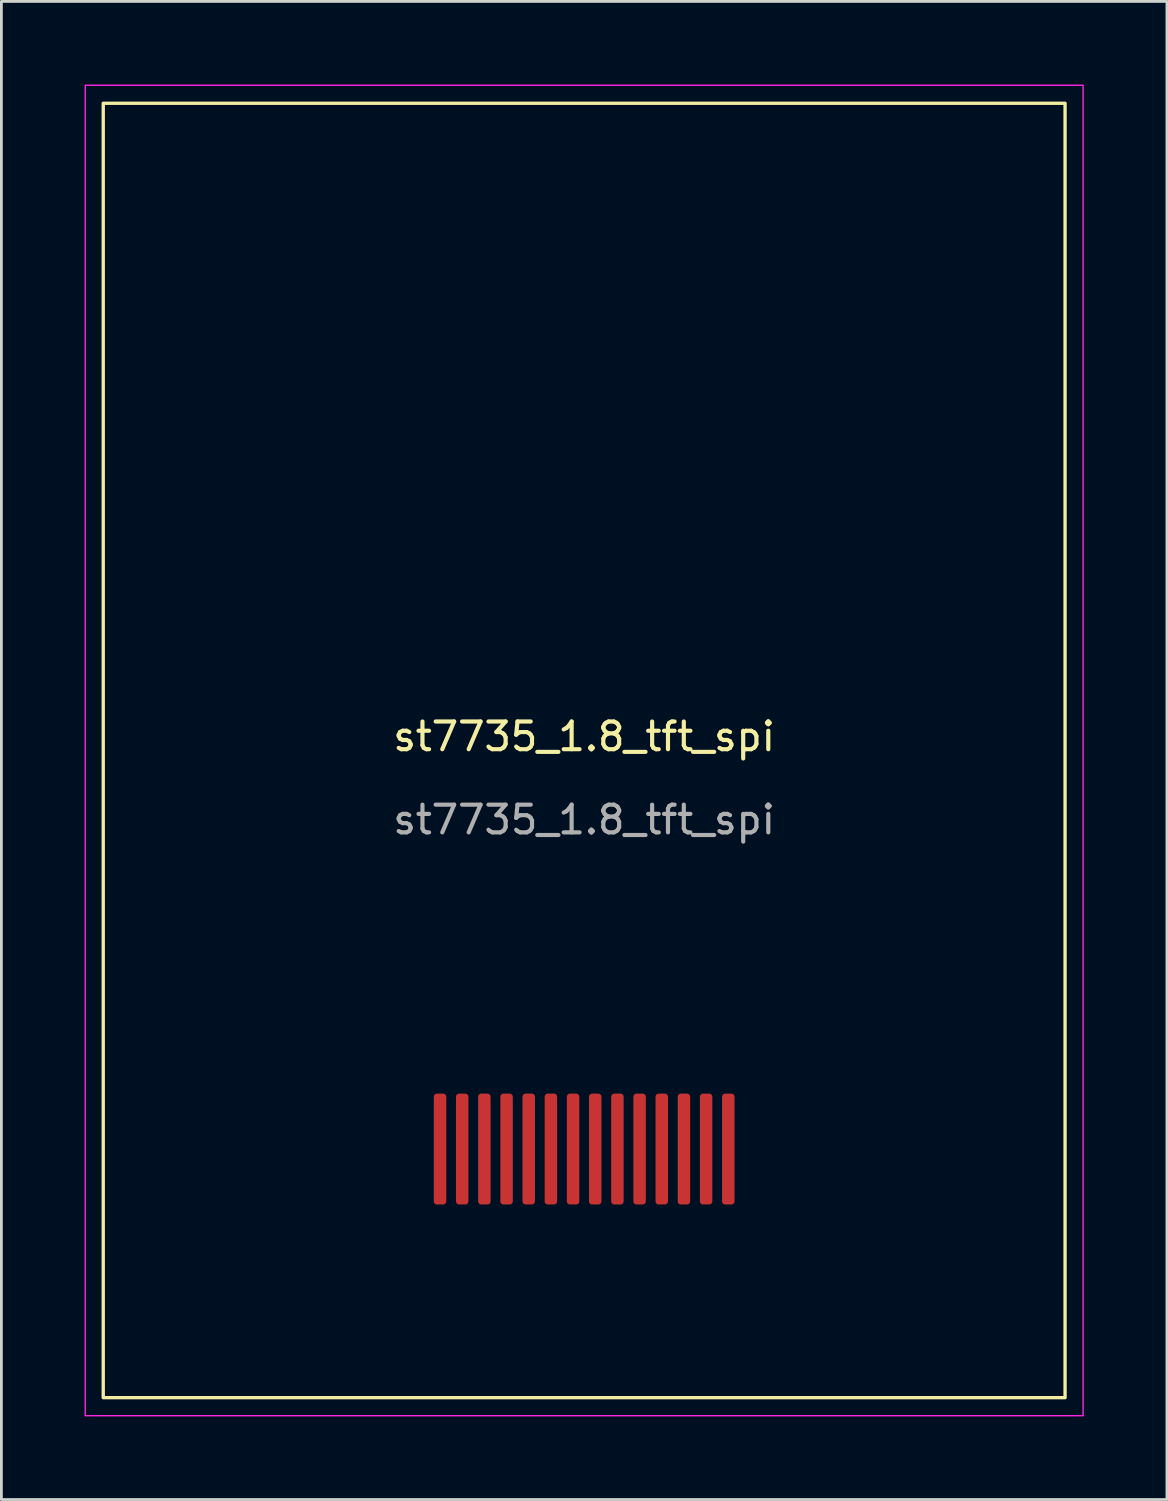
<source format=kicad_pcb>
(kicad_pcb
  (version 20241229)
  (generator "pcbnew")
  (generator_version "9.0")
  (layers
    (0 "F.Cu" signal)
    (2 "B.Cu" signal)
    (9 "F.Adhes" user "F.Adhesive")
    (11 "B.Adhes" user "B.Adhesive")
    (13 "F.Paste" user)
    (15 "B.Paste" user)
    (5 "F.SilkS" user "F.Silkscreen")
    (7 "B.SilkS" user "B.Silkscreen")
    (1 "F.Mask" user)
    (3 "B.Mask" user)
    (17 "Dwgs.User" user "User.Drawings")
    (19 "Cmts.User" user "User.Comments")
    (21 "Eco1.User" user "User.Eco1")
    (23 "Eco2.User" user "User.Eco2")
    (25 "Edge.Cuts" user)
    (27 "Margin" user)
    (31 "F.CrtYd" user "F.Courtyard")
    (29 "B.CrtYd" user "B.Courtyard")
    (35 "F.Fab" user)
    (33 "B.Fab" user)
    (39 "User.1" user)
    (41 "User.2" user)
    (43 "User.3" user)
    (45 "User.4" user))
  (footprint "st7735_1.8_tft_spi"
    (layer "F.Cu")
    (at 18.025 24.025)
    (property "Reference" "st7735_1.8_tft_spi" (at 0 -0.5 0) (unlocked yes) (layer "F.SilkS") (effects (font (size 1 1) (thickness 0.15))))
    (attr smd)
    (fp_rect (start -17.35 -23.35) (end 17.35 23.35) (stroke (width 0.12) (type solid)) (fill no) (layer "F.SilkS"))
    (fp_rect (start -18 -24) (end 18 24) (stroke (width 0.05) (type solid)) (fill no) (layer "F.CrtYd"))
    (fp_text user "${REFERENCE}" (at 0 2.5 0) (unlocked yes) (layer "F.Fab") (effects (font (size 1 1) (thickness 0.15))))
    (pad "1" smd roundrect (at 5.2 14.38) (size 0.45 4) (layers "F.Cu" "F.Mask" "F.Paste") (roundrect_rratio 0.25))
    (pad "2" smd roundrect (at 4.4 14.38) (size 0.45 4) (layers "F.Cu" "F.Mask" "F.Paste") (roundrect_rratio 0.25))
    (pad "3" smd roundrect (at 3.6 14.38) (size 0.45 4) (layers "F.Cu" "F.Mask" "F.Paste") (roundrect_rratio 0.25))
    (pad "4" smd roundrect (at 2.8 14.38) (size 0.45 4) (layers "F.Cu" "F.Mask" "F.Paste") (roundrect_rratio 0.25))
    (pad "5" smd roundrect (at 2 14.38) (size 0.45 4) (layers "F.Cu" "F.Mask" "F.Paste") (roundrect_rratio 0.25))
    (pad "6" smd roundrect (at 1.2 14.38) (size 0.45 4) (layers "F.Cu" "F.Mask" "F.Paste") (roundrect_rratio 0.25))
    (pad "7" smd roundrect (at 0.4 14.38) (size 0.45 4) (layers "F.Cu" "F.Mask" "F.Paste") (roundrect_rratio 0.25))
    (pad "8" smd roundrect (at -0.4 14.38) (size 0.45 4) (layers "F.Cu" "F.Mask" "F.Paste") (roundrect_rratio 0.25))
    (pad "9" smd roundrect (at -1.2 14.38) (size 0.45 4) (layers "F.Cu" "F.Mask" "F.Paste") (roundrect_rratio 0.25))
    (pad "10" smd roundrect (at -2 14.38) (size 0.45 4) (layers "F.Cu" "F.Mask" "F.Paste") (roundrect_rratio 0.25))
    (pad "11" smd roundrect (at -2.8 14.38) (size 0.45 4) (layers "F.Cu" "F.Mask" "F.Paste") (roundrect_rratio 0.25))
    (pad "12" smd roundrect (at -3.6 14.38) (size 0.45 4) (layers "F.Cu" "F.Mask" "F.Paste") (roundrect_rratio 0.25))
    (pad "13" smd roundrect (at -4.4 14.38) (size 0.45 4) (layers "F.Cu" "F.Mask" "F.Paste") (roundrect_rratio 0.25))
    (pad "14" smd roundrect (at -5.2 14.38) (size 0.45 4) (layers "F.Cu" "F.Mask" "F.Paste") (roundrect_rratio 0.25)))
  (gr_rect
    (start -3 -3)
    (end 39.05 51.05)
    (stroke (width 0.1) (type default))
    (fill no)
    (layer "Edge.Cuts")))
</source>
